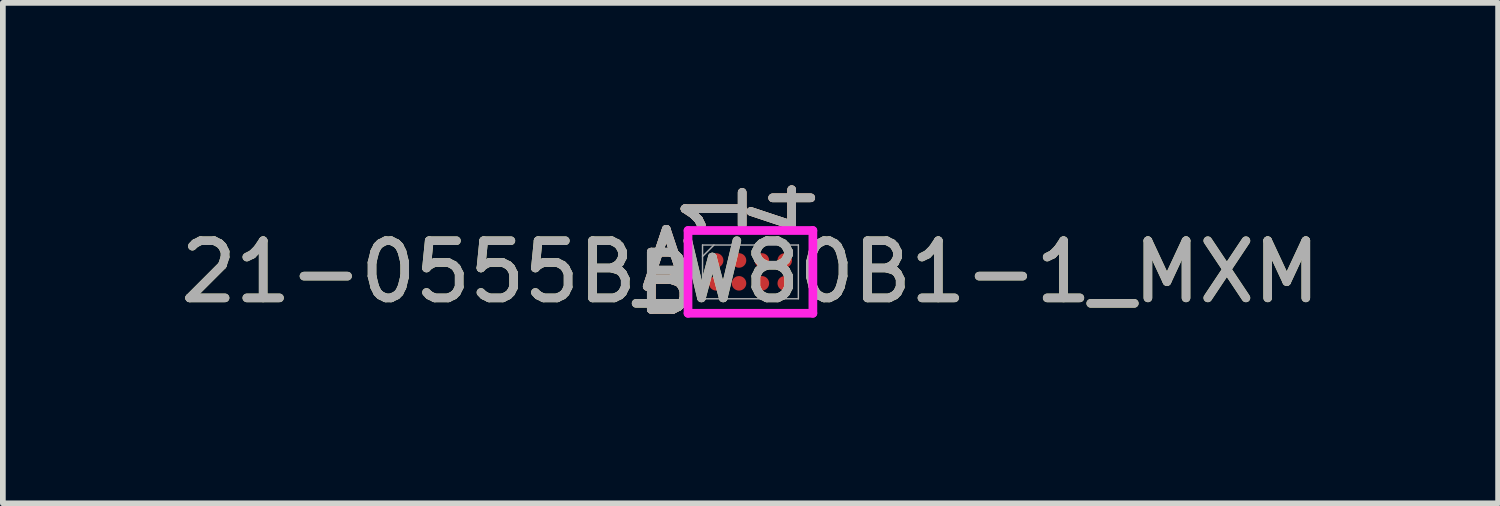
<source format=kicad_pcb>
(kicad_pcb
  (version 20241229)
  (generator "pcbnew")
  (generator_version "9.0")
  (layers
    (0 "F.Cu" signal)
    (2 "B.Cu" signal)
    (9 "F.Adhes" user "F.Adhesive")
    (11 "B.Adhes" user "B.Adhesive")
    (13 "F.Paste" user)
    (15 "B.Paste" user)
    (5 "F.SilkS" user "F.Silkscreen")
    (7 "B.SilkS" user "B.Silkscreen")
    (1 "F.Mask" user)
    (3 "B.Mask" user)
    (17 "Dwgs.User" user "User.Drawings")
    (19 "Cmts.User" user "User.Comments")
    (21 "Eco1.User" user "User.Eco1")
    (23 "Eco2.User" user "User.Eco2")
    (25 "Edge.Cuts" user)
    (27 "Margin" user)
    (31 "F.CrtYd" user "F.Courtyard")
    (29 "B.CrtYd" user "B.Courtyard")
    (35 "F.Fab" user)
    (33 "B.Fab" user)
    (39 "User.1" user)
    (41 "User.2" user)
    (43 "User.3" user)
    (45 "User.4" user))
  (footprint "21-0555B_W80B1-1_MXM"
    (layer "F.Cu")
    (at 10.077 1.706)
    (property "Reference" "21-0555B_W80B1-1_MXM" (at 0 0 0) (unlocked yes) (layer "F.SilkS") (effects (font (size 1 1) (thickness 0.15))))
    (attr smd)
    (fp_poly (pts (xy -1.244 -0.845) (xy 1.244 -0.845) (xy 1.244 0.845) (xy -1.244 0.845)) (stroke (width 0.1) (type solid)) (fill no) (layer "Eco2.User"))
    (fp_line (start -1.092 -0.724) (end 1.092 -0.724) (stroke (width 0.152) (type solid)) (layer "F.CrtYd"))
    (fp_line (start -1.092 0.724) (end -1.092 -0.724) (stroke (width 0.152) (type solid)) (layer "F.CrtYd"))
    (fp_line (start 1.092 -0.724) (end 1.092 0.724) (stroke (width 0.152) (type solid)) (layer "F.CrtYd"))
    (fp_line (start 1.092 0.724) (end -1.092 0.724) (stroke (width 0.152) (type solid)) (layer "F.CrtYd"))
    (fp_line (start -0.838 -0.47) (end -0.838 0.47) (stroke (width 0.025) (type solid)) (layer "F.Fab"))
    (fp_line (start -0.838 0.47) (end 0.838 0.47) (stroke (width 0.025) (type solid)) (layer "F.Fab"))
    (fp_line (start -0.638 -0.47) (end -0.838 -0.27) (stroke (width 0.025) (type solid)) (layer "F.Fab"))
    (fp_line (start 0.838 -0.47) (end -0.838 -0.47) (stroke (width 0.025) (type solid)) (layer "F.Fab"))
    (fp_line (start 0.838 0.47) (end 0.838 -0.47) (stroke (width 0.025) (type solid)) (layer "F.Fab"))
    (fp_text user "1" (at -0.6 -1.105 90) (unlocked yes) (layer "F.SilkS") (effects (font (size 1 1) (thickness 0.15))))
    (fp_text user "4" (at 0.6 -1.105 90) (unlocked yes) (layer "F.SilkS") (effects (font (size 1 1) (thickness 0.15))))
    (fp_text user "A" (at -1.473 -0.2 0) (unlocked yes) (layer "F.SilkS") (effects (font (size 1 1) (thickness 0.15))))
    (fp_text user "B" (at -1.473 0.2 0) (unlocked yes) (layer "F.SilkS") (effects (font (size 1 1) (thickness 0.15))))
    (fp_text user "A" (at -1.473 -0.2 0) (unlocked yes) (layer "B.SilkS") (effects (font (size 1 1) (thickness 0.15))))
    (fp_text user "4" (at 0.6 -1.105 90) (unlocked yes) (layer "B.SilkS") (effects (font (size 1 1) (thickness 0.15))))
    (fp_text user "B" (at -1.473 0.2 0) (unlocked yes) (layer "B.SilkS") (effects (font (size 1 1) (thickness 0.15))))
    (fp_text user "1" (at -0.6 -1.105 90) (unlocked yes) (layer "B.SilkS") (effects (font (size 1 1) (thickness 0.15))))
    (fp_text user "A" (at -1.473 -0.2 0) (unlocked yes) (layer "F.Fab") (effects (font (size 1 1) (thickness 0.15))))
    (fp_text user "1" (at -0.6 -1.105 90) (unlocked yes) (layer "F.Fab") (effects (font (size 1 1) (thickness 0.15))))
    (fp_text user "${REFERENCE}" (at 0 0 0) (unlocked yes) (layer "F.Fab") (effects (font (size 1 1) (thickness 0.15))))
    (fp_text user "4" (at 0.6 -1.105 90) (unlocked yes) (layer "F.Fab") (effects (font (size 1 1) (thickness 0.15))))
    (fp_text user "B" (at -1.473 0.2 0) (unlocked yes) (layer "F.Fab") (effects (font (size 1 1) (thickness 0.15))))
    (pad "A1" smd circle (at -0.6 -0.2) (size 0.254 0.254) (layers "F.Cu" "F.Mask" "F.Paste"))
    (pad "A2" smd circle (at -0.2 -0.2) (size 0.254 0.254) (layers "F.Cu" "F.Mask" "F.Paste"))
    (pad "A3" smd circle (at 0.2 -0.2) (size 0.254 0.254) (layers "F.Cu" "F.Mask" "F.Paste"))
    (pad "A4" smd circle (at 0.6 -0.2) (size 0.254 0.254) (layers "F.Cu" "F.Mask" "F.Paste"))
    (pad "B1" smd circle (at -0.6 0.2) (size 0.254 0.254) (layers "F.Cu" "F.Mask" "F.Paste"))
    (pad "B2" smd circle (at -0.2 0.2) (size 0.254 0.254) (layers "F.Cu" "F.Mask" "F.Paste"))
    (pad "B3" smd circle (at 0.2 0.2) (size 0.254 0.254) (layers "F.Cu" "F.Mask" "F.Paste"))
    (pad "B4" smd circle (at 0.6 0.2) (size 0.254 0.254) (layers "F.Cu" "F.Mask" "F.Paste")))
  (gr_rect
    (start -3 -3)
    (end 23.155 5.754)
    (stroke (width 0.1) (type default))
    (fill no)
    (layer "Edge.Cuts")))
</source>
